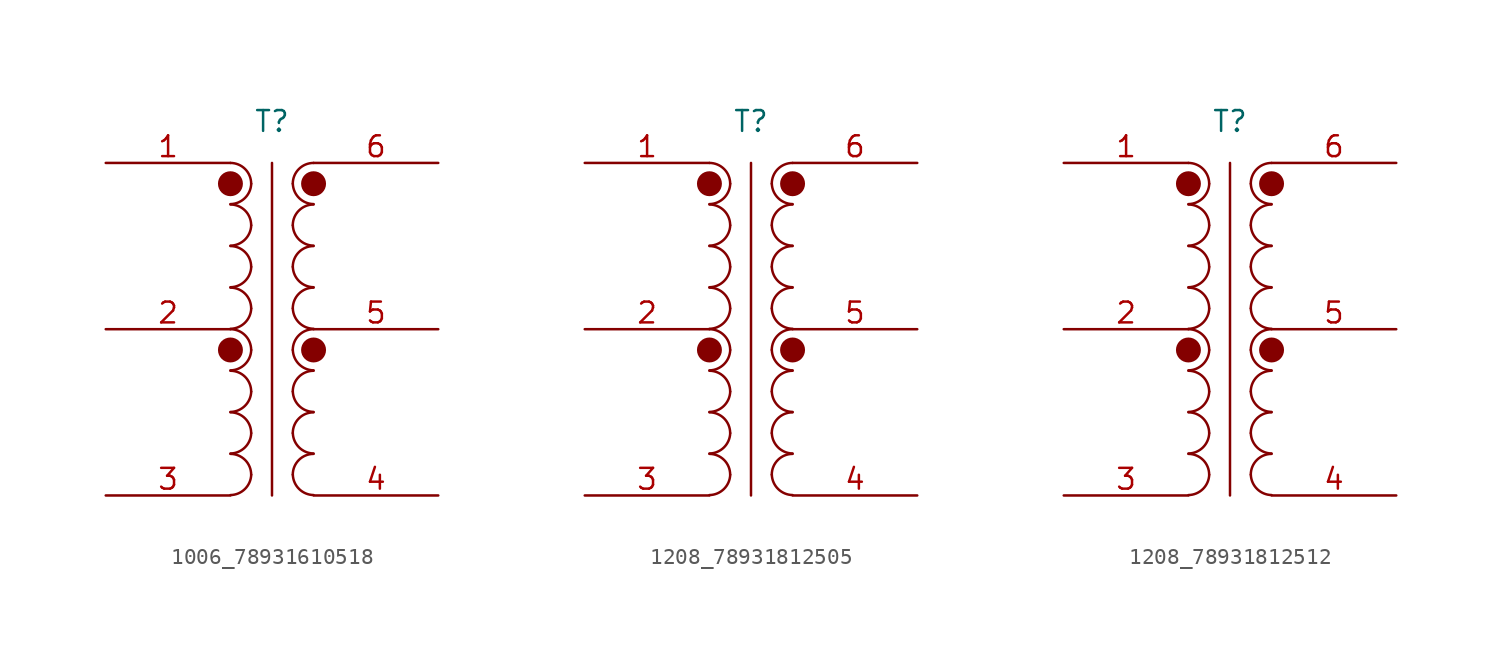
<source format=kicad_sym>
(kicad_symbol_lib
  (version 20220914)
  (generator kicad_symbol_editor)
  (symbol "1006_78931610518"
    (pin_names hide)
    (property "Reference" "T"
      (at 0 12.7 0)
      (effects (font (size 1.27 1.27))))
    (property "Critical Parameter" ""
      (at 0 -5.08 0)
      (effects (font (size 1.27 1.27)) (justify left)))
    (symbol "1006_78931610518_0_1"
      (arc (start -2.54 -10.1346) (mid -1.6561 -9.7663) (end -1.27 -8.89) (stroke (width 0) (type default)) (fill (type none)))
      (arc (start -2.54 -7.5946) (mid -1.6561 -7.2263) (end -1.27 -6.35) (stroke (width 0) (type default)) (fill (type none)))
      (arc (start -2.54 -5.0546) (mid -1.6561 -4.6863) (end -1.27 -3.81) (stroke (width 0) (type default)) (fill (type none)))
      (arc (start -2.54 -2.5146) (mid -1.6561 -2.1463) (end -1.27 -1.27) (stroke (width 0) (type default)) (fill (type none)))
      (arc (start -2.54 0.0254) (mid -1.6561 0.3937) (end -1.27 1.27) (stroke (width 0) (type default)) (fill (type none)))
      (arc (start -2.54 2.5654) (mid -1.6561 2.9337) (end -1.27 3.81) (stroke (width 0) (type default)) (fill (type none)))
      (arc (start -2.54 5.1054) (mid -1.6561 5.4737) (end -1.27 6.35) (stroke (width 0) (type default)) (fill (type none)))
      (arc (start -2.54 7.6454) (mid -1.6561 8.0137) (end -1.27 8.89) (stroke (width 0) (type default)) (fill (type none)))
      (arc (start -1.27 -8.89) (mid -1.642 -7.992) (end -2.54 -7.62) (stroke (width 0) (type default)) (fill (type none)))
      (arc (start -1.27 -6.35) (mid -1.642 -5.452) (end -2.54 -5.08) (stroke (width 0) (type default)) (fill (type none)))
      (arc (start -1.27 -3.81) (mid -1.642 -2.912) (end -2.54 -2.54) (stroke (width 0) (type default)) (fill (type none)))
      (arc (start -1.27 -1.27) (mid -1.642 -0.372) (end -2.54 0) (stroke (width 0) (type default)) (fill (type none)))
      (arc (start -1.27 1.27) (mid -1.642 2.168) (end -2.54 2.54) (stroke (width 0) (type default)) (fill (type none)))
      (arc (start -1.27 3.81) (mid -1.642 4.708) (end -2.54 5.08) (stroke (width 0) (type default)) (fill (type none)))
      (arc (start -1.27 6.35) (mid -1.642 7.248) (end -2.54 7.62) (stroke (width 0) (type default)) (fill (type none)))
      (arc (start -1.27 8.89) (mid -1.642 9.788) (end -2.54 10.16) (stroke (width 0) (type default)) (fill (type none)))
      (polyline (pts (xy 0 -10.16) (xy 0 10.16)) (stroke (width 0) (type default)) (fill (type none)))
      (arc (start 1.27 -8.89) (mid 1.6561 -9.7663) (end 2.54 -10.1346) (stroke (width 0) (type default)) (fill (type none)))
      (arc (start 1.27 -6.35) (mid 1.6561 -7.2263) (end 2.54 -7.5946) (stroke (width 0) (type default)) (fill (type none)))
      (arc (start 1.27 -3.81) (mid 1.6561 -4.6863) (end 2.54 -5.0546) (stroke (width 0) (type default)) (fill (type none)))
      (arc (start 1.27 -1.27) (mid 1.6561 -2.1463) (end 2.54 -2.5146) (stroke (width 0) (type default)) (fill (type none)))
      (arc (start 1.27 1.27) (mid 1.6561 0.3937) (end 2.54 0.0254) (stroke (width 0) (type default)) (fill (type none)))
      (arc (start 1.27 3.81) (mid 1.6561 2.9337) (end 2.54 2.5654) (stroke (width 0) (type default)) (fill (type none)))
      (arc (start 1.27 6.35) (mid 1.6561 5.4737) (end 2.54 5.1054) (stroke (width 0) (type default)) (fill (type none)))
      (arc (start 1.27 8.89) (mid 1.6561 8.0137) (end 2.54 7.6454) (stroke (width 0) (type default)) (fill (type none)))
      (arc (start 2.54 -7.62) (mid 1.642 -7.992) (end 1.27 -8.89) (stroke (width 0) (type default)) (fill (type none)))
      (arc (start 2.54 -5.08) (mid 1.642 -5.452) (end 1.27 -6.35) (stroke (width 0) (type default)) (fill (type none)))
      (arc (start 2.54 -2.54) (mid 1.642 -2.912) (end 1.27 -3.81) (stroke (width 0) (type default)) (fill (type none)))
      (arc (start 2.54 0) (mid 1.642 -0.372) (end 1.27 -1.27) (stroke (width 0) (type default)) (fill (type none)))
      (arc (start 2.54 2.54) (mid 1.642 2.168) (end 1.27 1.27) (stroke (width 0) (type default)) (fill (type none)))
      (arc (start 2.54 5.08) (mid 1.642 4.708) (end 1.27 3.81) (stroke (width 0) (type default)) (fill (type none)))
      (arc (start 2.54 7.62) (mid 1.642 7.248) (end 1.27 6.35) (stroke (width 0) (type default)) (fill (type none)))
      (arc (start 2.54 10.16) (mid 1.642 9.788) (end 1.27 8.89) (stroke (width 0) (type default)) (fill (type none))))
    (symbol "1006_78931610518_1_1"
      (circle (center -2.54 -1.27) (radius 0.0001) (stroke (width 0.762) (type default)) (fill (type none)))
      (circle (center -2.54 8.89) (radius 0.0001) (stroke (width 0.762) (type default)) (fill (type none)))
      (circle (center 2.54 -1.27) (radius 0.0001) (stroke (width 0.762) (type default)) (fill (type none)))
      (circle (center 2.54 8.89) (radius 0.0001) (stroke (width 0.762) (type default)) (fill (type none)))
      (pin passive line (at -10.16 10.16 0) (length 7.62) (name "1" (effects (font (size 1.27 1.27)))) (number "1" (effects (font (size 1.27 1.27)))))
      (pin passive line (at -10.16 0 0) (length 7.62) (name "2" (effects (font (size 1.27 1.27)))) (number "2" (effects (font (size 1.27 1.27)))))
      (pin passive line (at -10.16 -10.16 0) (length 7.62) (name "3" (effects (font (size 1.27 1.27)))) (number "3" (effects (font (size 1.27 1.27)))))
      (pin passive line (at 10.16 -10.16 180) (length 7.62) (name "4" (effects (font (size 1.27 1.27)))) (number "4" (effects (font (size 1.27 1.27)))))
      (pin passive line (at 10.16 0 180) (length 7.62) (name "5" (effects (font (size 1.27 1.27)))) (number "5" (effects (font (size 1.27 1.27)))))
      (pin passive line (at 10.16 10.16 180) (length 7.62) (name "6" (effects (font (size 1.27 1.27)))) (number "6" (effects (font (size 1.27 1.27)))))))
  (symbol "1208_78931812505"
    (pin_names hide)
    (property "Reference" "T"
      (at 0 12.7 0)
      (effects (font (size 1.27 1.27))))
    (property "Critical Parameter" ""
      (at 0 -5.08 0)
      (effects (font (size 1.27 1.27)) (justify left)))
    (symbol "1208_78931812505_0_1"
      (arc (start -2.54 -10.1346) (mid -1.6561 -9.7663) (end -1.27 -8.89) (stroke (width 0) (type default)) (fill (type none)))
      (arc (start -2.54 -7.5946) (mid -1.6561 -7.2263) (end -1.27 -6.35) (stroke (width 0) (type default)) (fill (type none)))
      (arc (start -2.54 -5.0546) (mid -1.6561 -4.6863) (end -1.27 -3.81) (stroke (width 0) (type default)) (fill (type none)))
      (arc (start -2.54 -2.5146) (mid -1.6561 -2.1463) (end -1.27 -1.27) (stroke (width 0) (type default)) (fill (type none)))
      (arc (start -2.54 0.0254) (mid -1.6561 0.3937) (end -1.27 1.27) (stroke (width 0) (type default)) (fill (type none)))
      (arc (start -2.54 2.5654) (mid -1.6561 2.9337) (end -1.27 3.81) (stroke (width 0) (type default)) (fill (type none)))
      (arc (start -2.54 5.1054) (mid -1.6561 5.4737) (end -1.27 6.35) (stroke (width 0) (type default)) (fill (type none)))
      (arc (start -2.54 7.6454) (mid -1.6561 8.0137) (end -1.27 8.89) (stroke (width 0) (type default)) (fill (type none)))
      (arc (start -1.27 -8.89) (mid -1.642 -7.992) (end -2.54 -7.62) (stroke (width 0) (type default)) (fill (type none)))
      (arc (start -1.27 -6.35) (mid -1.642 -5.452) (end -2.54 -5.08) (stroke (width 0) (type default)) (fill (type none)))
      (arc (start -1.27 -3.81) (mid -1.642 -2.912) (end -2.54 -2.54) (stroke (width 0) (type default)) (fill (type none)))
      (arc (start -1.27 -1.27) (mid -1.642 -0.372) (end -2.54 0) (stroke (width 0) (type default)) (fill (type none)))
      (arc (start -1.27 1.27) (mid -1.642 2.168) (end -2.54 2.54) (stroke (width 0) (type default)) (fill (type none)))
      (arc (start -1.27 3.81) (mid -1.642 4.708) (end -2.54 5.08) (stroke (width 0) (type default)) (fill (type none)))
      (arc (start -1.27 6.35) (mid -1.642 7.248) (end -2.54 7.62) (stroke (width 0) (type default)) (fill (type none)))
      (arc (start -1.27 8.89) (mid -1.642 9.788) (end -2.54 10.16) (stroke (width 0) (type default)) (fill (type none)))
      (polyline (pts (xy 0 -10.16) (xy 0 10.16)) (stroke (width 0) (type default)) (fill (type none)))
      (arc (start 1.27 -8.89) (mid 1.6561 -9.7663) (end 2.54 -10.1346) (stroke (width 0) (type default)) (fill (type none)))
      (arc (start 1.27 -6.35) (mid 1.6561 -7.2263) (end 2.54 -7.5946) (stroke (width 0) (type default)) (fill (type none)))
      (arc (start 1.27 -3.81) (mid 1.6561 -4.6863) (end 2.54 -5.0546) (stroke (width 0) (type default)) (fill (type none)))
      (arc (start 1.27 -1.27) (mid 1.6561 -2.1463) (end 2.54 -2.5146) (stroke (width 0) (type default)) (fill (type none)))
      (arc (start 1.27 1.27) (mid 1.6561 0.3937) (end 2.54 0.0254) (stroke (width 0) (type default)) (fill (type none)))
      (arc (start 1.27 3.81) (mid 1.6561 2.9337) (end 2.54 2.5654) (stroke (width 0) (type default)) (fill (type none)))
      (arc (start 1.27 6.35) (mid 1.6561 5.4737) (end 2.54 5.1054) (stroke (width 0) (type default)) (fill (type none)))
      (arc (start 1.27 8.89) (mid 1.6561 8.0137) (end 2.54 7.6454) (stroke (width 0) (type default)) (fill (type none)))
      (arc (start 2.54 -7.62) (mid 1.642 -7.992) (end 1.27 -8.89) (stroke (width 0) (type default)) (fill (type none)))
      (arc (start 2.54 -5.08) (mid 1.642 -5.452) (end 1.27 -6.35) (stroke (width 0) (type default)) (fill (type none)))
      (arc (start 2.54 -2.54) (mid 1.642 -2.912) (end 1.27 -3.81) (stroke (width 0) (type default)) (fill (type none)))
      (arc (start 2.54 0) (mid 1.642 -0.372) (end 1.27 -1.27) (stroke (width 0) (type default)) (fill (type none)))
      (arc (start 2.54 2.54) (mid 1.642 2.168) (end 1.27 1.27) (stroke (width 0) (type default)) (fill (type none)))
      (arc (start 2.54 5.08) (mid 1.642 4.708) (end 1.27 3.81) (stroke (width 0) (type default)) (fill (type none)))
      (arc (start 2.54 7.62) (mid 1.642 7.248) (end 1.27 6.35) (stroke (width 0) (type default)) (fill (type none)))
      (arc (start 2.54 10.16) (mid 1.642 9.788) (end 1.27 8.89) (stroke (width 0) (type default)) (fill (type none))))
    (symbol "1208_78931812505_1_1"
      (circle (center -2.54 -1.27) (radius 0.0001) (stroke (width 0.762) (type default)) (fill (type none)))
      (circle (center -2.54 8.89) (radius 0.0001) (stroke (width 0.762) (type default)) (fill (type none)))
      (circle (center 2.54 -1.27) (radius 0.0001) (stroke (width 0.762) (type default)) (fill (type none)))
      (circle (center 2.54 8.89) (radius 0.0001) (stroke (width 0.762) (type default)) (fill (type none)))
      (pin passive line (at -10.16 10.16 0) (length 7.62) (name "1" (effects (font (size 1.27 1.27)))) (number "1" (effects (font (size 1.27 1.27)))))
      (pin passive line (at -10.16 0 0) (length 7.62) (name "2" (effects (font (size 1.27 1.27)))) (number "2" (effects (font (size 1.27 1.27)))))
      (pin passive line (at -10.16 -10.16 0) (length 7.62) (name "3" (effects (font (size 1.27 1.27)))) (number "3" (effects (font (size 1.27 1.27)))))
      (pin passive line (at 10.16 -10.16 180) (length 7.62) (name "4" (effects (font (size 1.27 1.27)))) (number "4" (effects (font (size 1.27 1.27)))))
      (pin passive line (at 10.16 0 180) (length 7.62) (name "5" (effects (font (size 1.27 1.27)))) (number "5" (effects (font (size 1.27 1.27)))))
      (pin passive line (at 10.16 10.16 180) (length 7.62) (name "6" (effects (font (size 1.27 1.27)))) (number "6" (effects (font (size 1.27 1.27)))))))
  (symbol "1208_78931812512"
    (pin_names hide)
    (property "Reference" "T"
      (at 0 12.7 0)
      (effects (font (size 1.27 1.27))))
    (property "Critical Parameter" ""
      (at 0 -5.08 0)
      (effects (font (size 1.27 1.27)) (justify left)))
    (symbol "1208_78931812512_0_1"
      (arc (start -2.54 -10.1346) (mid -1.6561 -9.7663) (end -1.27 -8.89) (stroke (width 0) (type default)) (fill (type none)))
      (arc (start -2.54 -7.5946) (mid -1.6561 -7.2263) (end -1.27 -6.35) (stroke (width 0) (type default)) (fill (type none)))
      (arc (start -2.54 -5.0546) (mid -1.6561 -4.6863) (end -1.27 -3.81) (stroke (width 0) (type default)) (fill (type none)))
      (arc (start -2.54 -2.5146) (mid -1.6561 -2.1463) (end -1.27 -1.27) (stroke (width 0) (type default)) (fill (type none)))
      (arc (start -2.54 0.0254) (mid -1.6561 0.3937) (end -1.27 1.27) (stroke (width 0) (type default)) (fill (type none)))
      (arc (start -2.54 2.5654) (mid -1.6561 2.9337) (end -1.27 3.81) (stroke (width 0) (type default)) (fill (type none)))
      (arc (start -2.54 5.1054) (mid -1.6561 5.4737) (end -1.27 6.35) (stroke (width 0) (type default)) (fill (type none)))
      (arc (start -2.54 7.6454) (mid -1.6561 8.0137) (end -1.27 8.89) (stroke (width 0) (type default)) (fill (type none)))
      (arc (start -1.27 -8.89) (mid -1.642 -7.992) (end -2.54 -7.62) (stroke (width 0) (type default)) (fill (type none)))
      (arc (start -1.27 -6.35) (mid -1.642 -5.452) (end -2.54 -5.08) (stroke (width 0) (type default)) (fill (type none)))
      (arc (start -1.27 -3.81) (mid -1.642 -2.912) (end -2.54 -2.54) (stroke (width 0) (type default)) (fill (type none)))
      (arc (start -1.27 -1.27) (mid -1.642 -0.372) (end -2.54 0) (stroke (width 0) (type default)) (fill (type none)))
      (arc (start -1.27 1.27) (mid -1.642 2.168) (end -2.54 2.54) (stroke (width 0) (type default)) (fill (type none)))
      (arc (start -1.27 3.81) (mid -1.642 4.708) (end -2.54 5.08) (stroke (width 0) (type default)) (fill (type none)))
      (arc (start -1.27 6.35) (mid -1.642 7.248) (end -2.54 7.62) (stroke (width 0) (type default)) (fill (type none)))
      (arc (start -1.27 8.89) (mid -1.642 9.788) (end -2.54 10.16) (stroke (width 0) (type default)) (fill (type none)))
      (polyline (pts (xy 0 -10.16) (xy 0 10.16)) (stroke (width 0) (type default)) (fill (type none)))
      (arc (start 1.27 -8.89) (mid 1.6561 -9.7663) (end 2.54 -10.1346) (stroke (width 0) (type default)) (fill (type none)))
      (arc (start 1.27 -6.35) (mid 1.6561 -7.2263) (end 2.54 -7.5946) (stroke (width 0) (type default)) (fill (type none)))
      (arc (start 1.27 -3.81) (mid 1.6561 -4.6863) (end 2.54 -5.0546) (stroke (width 0) (type default)) (fill (type none)))
      (arc (start 1.27 -1.27) (mid 1.6561 -2.1463) (end 2.54 -2.5146) (stroke (width 0) (type default)) (fill (type none)))
      (arc (start 1.27 1.27) (mid 1.6561 0.3937) (end 2.54 0.0254) (stroke (width 0) (type default)) (fill (type none)))
      (arc (start 1.27 3.81) (mid 1.6561 2.9337) (end 2.54 2.5654) (stroke (width 0) (type default)) (fill (type none)))
      (arc (start 1.27 6.35) (mid 1.6561 5.4737) (end 2.54 5.1054) (stroke (width 0) (type default)) (fill (type none)))
      (arc (start 1.27 8.89) (mid 1.6561 8.0137) (end 2.54 7.6454) (stroke (width 0) (type default)) (fill (type none)))
      (arc (start 2.54 -7.62) (mid 1.642 -7.992) (end 1.27 -8.89) (stroke (width 0) (type default)) (fill (type none)))
      (arc (start 2.54 -5.08) (mid 1.642 -5.452) (end 1.27 -6.35) (stroke (width 0) (type default)) (fill (type none)))
      (arc (start 2.54 -2.54) (mid 1.642 -2.912) (end 1.27 -3.81) (stroke (width 0) (type default)) (fill (type none)))
      (arc (start 2.54 0) (mid 1.642 -0.372) (end 1.27 -1.27) (stroke (width 0) (type default)) (fill (type none)))
      (arc (start 2.54 2.54) (mid 1.642 2.168) (end 1.27 1.27) (stroke (width 0) (type default)) (fill (type none)))
      (arc (start 2.54 5.08) (mid 1.642 4.708) (end 1.27 3.81) (stroke (width 0) (type default)) (fill (type none)))
      (arc (start 2.54 7.62) (mid 1.642 7.248) (end 1.27 6.35) (stroke (width 0) (type default)) (fill (type none)))
      (arc (start 2.54 10.16) (mid 1.642 9.788) (end 1.27 8.89) (stroke (width 0) (type default)) (fill (type none))))
    (symbol "1208_78931812512_1_1"
      (circle (center -2.54 -1.27) (radius 0.0001) (stroke (width 0.762) (type default)) (fill (type none)))
      (circle (center -2.54 8.89) (radius 0.0001) (stroke (width 0.762) (type default)) (fill (type none)))
      (circle (center 2.54 -1.27) (radius 0.0001) (stroke (width 0.762) (type default)) (fill (type none)))
      (circle (center 2.54 8.89) (radius 0.0001) (stroke (width 0.762) (type default)) (fill (type none)))
      (pin passive line (at -10.16 10.16 0) (length 7.62) (name "1" (effects (font (size 1.27 1.27)))) (number "1" (effects (font (size 1.27 1.27)))))
      (pin passive line (at -10.16 0 0) (length 7.62) (name "2" (effects (font (size 1.27 1.27)))) (number "2" (effects (font (size 1.27 1.27)))))
      (pin passive line (at -10.16 -10.16 0) (length 7.62) (name "3" (effects (font (size 1.27 1.27)))) (number "3" (effects (font (size 1.27 1.27)))))
      (pin passive line (at 10.16 -10.16 180) (length 7.62) (name "4" (effects (font (size 1.27 1.27)))) (number "4" (effects (font (size 1.27 1.27)))))
      (pin passive line (at 10.16 0 180) (length 7.62) (name "5" (effects (font (size 1.27 1.27)))) (number "5" (effects (font (size 1.27 1.27)))))
      (pin passive line (at 10.16 10.16 180) (length 7.62) (name "6" (effects (font (size 1.27 1.27)))) (number "6" (effects (font (size 1.27 1.27))))))))
</source>
